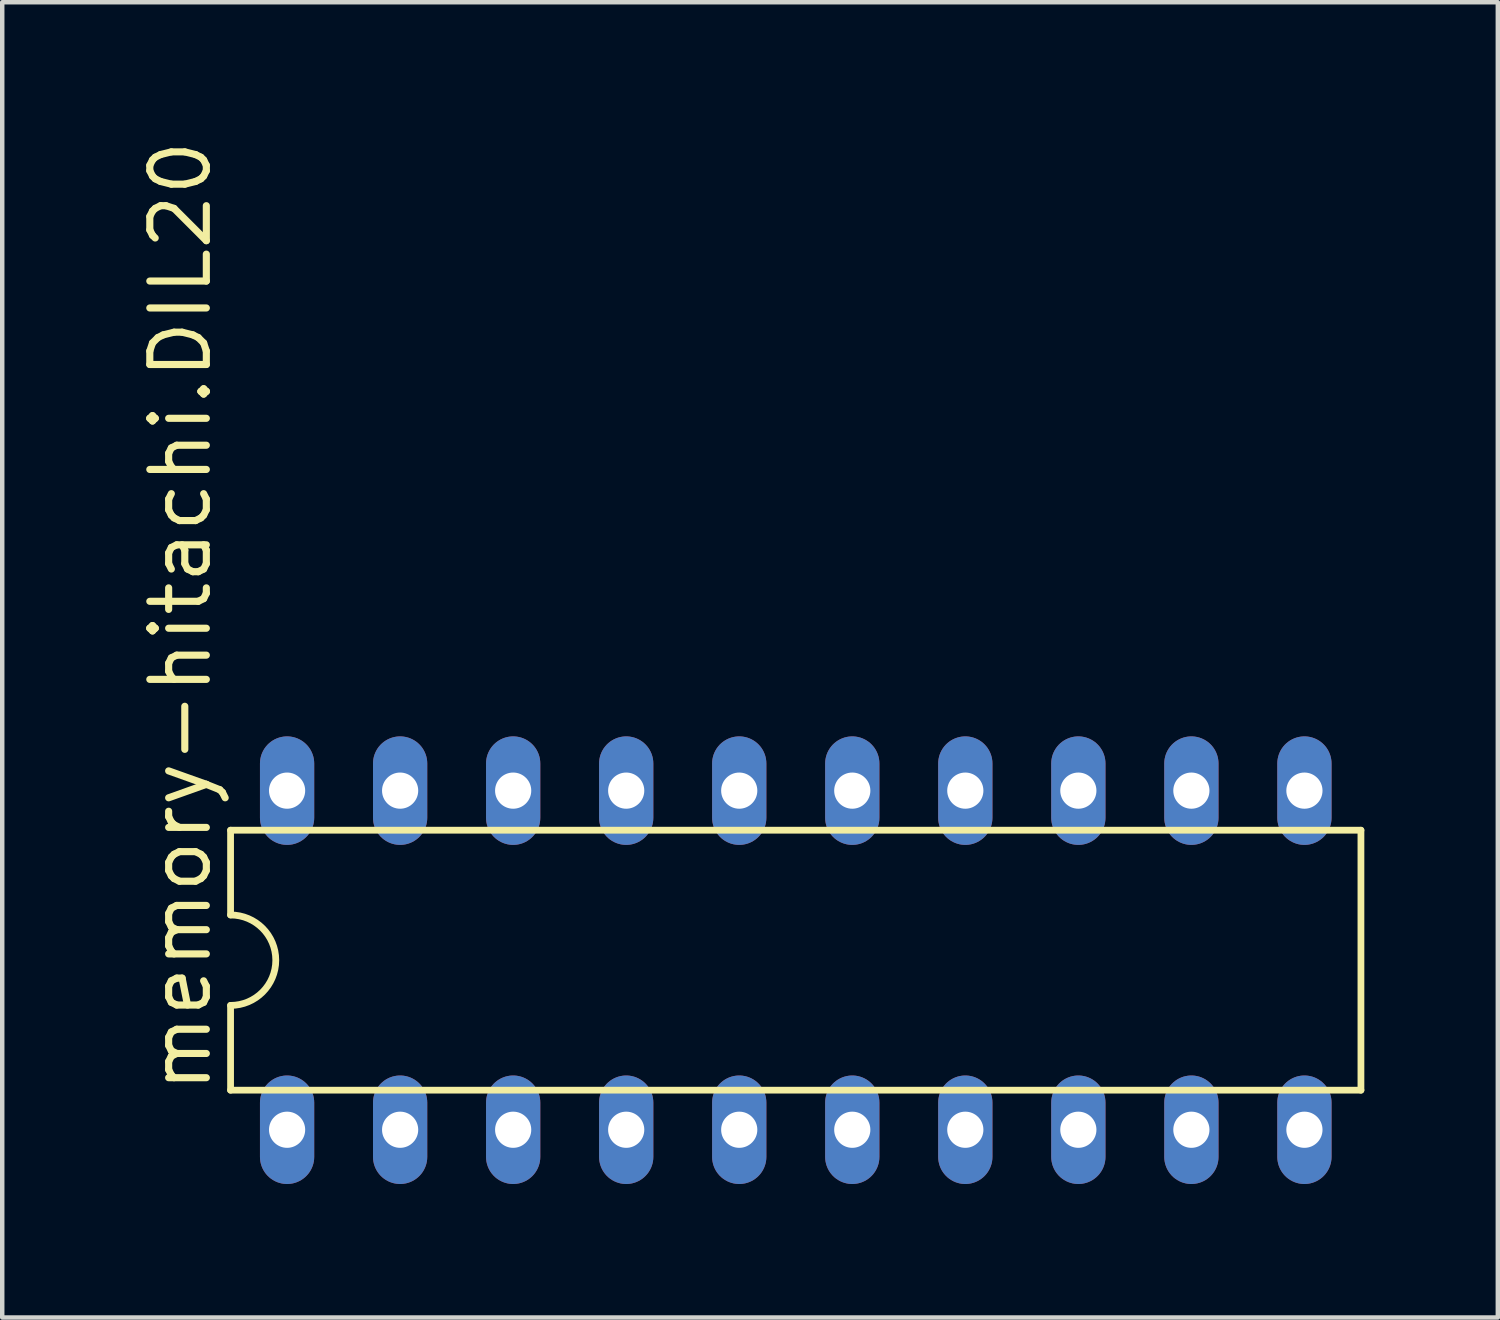
<source format=kicad_pcb>
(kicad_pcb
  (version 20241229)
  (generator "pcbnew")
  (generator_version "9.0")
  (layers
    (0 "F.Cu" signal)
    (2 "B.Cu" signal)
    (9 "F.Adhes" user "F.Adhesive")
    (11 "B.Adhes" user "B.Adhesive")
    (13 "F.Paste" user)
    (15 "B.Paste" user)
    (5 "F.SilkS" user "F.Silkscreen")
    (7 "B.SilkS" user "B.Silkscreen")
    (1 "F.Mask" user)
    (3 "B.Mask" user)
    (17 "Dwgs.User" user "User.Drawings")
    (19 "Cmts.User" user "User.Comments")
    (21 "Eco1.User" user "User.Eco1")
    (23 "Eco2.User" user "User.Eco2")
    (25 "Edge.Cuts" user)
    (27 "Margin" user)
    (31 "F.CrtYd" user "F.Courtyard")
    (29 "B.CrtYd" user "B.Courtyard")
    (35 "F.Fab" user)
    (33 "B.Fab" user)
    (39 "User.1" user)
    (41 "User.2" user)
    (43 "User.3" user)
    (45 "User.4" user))
  (footprint "memory-hitachi.DIL20"
    (layer "F.Cu")
    (at 14.831 18.526)
    (property "Reference" "memory-hitachi.DIL20" (at -13.081 3.048 90) (layer "F.SilkS") (effects (font (size 1.27 1.27) (thickness 0.16)) (justify left bottom)))
    (attr through_hole)
    (fp_line (start -12.7 -2.921) (end -12.7 -1.016) (stroke (width 0.152) (type default)) (layer "F.SilkS"))
    (fp_line (start -12.7 2.921) (end -12.7 1.016) (stroke (width 0.152) (type default)) (layer "F.SilkS"))
    (fp_line (start -12.7 2.921) (end 12.7 2.921) (stroke (width 0.152) (type default)) (layer "F.SilkS"))
    (fp_line (start 12.7 -2.921) (end -12.7 -2.921) (stroke (width 0.152) (type default)) (layer "F.SilkS"))
    (fp_line (start 12.7 -2.921) (end 12.7 2.921) (stroke (width 0.152) (type default)) (layer "F.SilkS"))
    (fp_arc (start -12.7 -1.016) (mid -11.684 0) (end -12.7 1.016) (stroke (width 0.1524) (type default)) (layer "F.SilkS"))
    (pad "1" thru_hole oval (at -11.43 3.81 90) (size 2.438 1.219) (drill 0.813) (layers "*.Cu" "*.Mask"))
    (pad "2" thru_hole oval (at -8.89 3.81 90) (size 2.438 1.219) (drill 0.813) (layers "*.Cu" "*.Mask"))
    (pad "3" thru_hole oval (at -6.35 3.81 90) (size 2.438 1.219) (drill 0.813) (layers "*.Cu" "*.Mask"))
    (pad "4" thru_hole oval (at -3.81 3.81 90) (size 2.438 1.219) (drill 0.813) (layers "*.Cu" "*.Mask"))
    (pad "5" thru_hole oval (at -1.27 3.81 90) (size 2.438 1.219) (drill 0.813) (layers "*.Cu" "*.Mask"))
    (pad "6" thru_hole oval (at 1.27 3.81 90) (size 2.438 1.219) (drill 0.813) (layers "*.Cu" "*.Mask"))
    (pad "7" thru_hole oval (at 3.81 3.81 90) (size 2.438 1.219) (drill 0.813) (layers "*.Cu" "*.Mask"))
    (pad "8" thru_hole oval (at 6.35 3.81 90) (size 2.438 1.219) (drill 0.813) (layers "*.Cu" "*.Mask"))
    (pad "9" thru_hole oval (at 8.89 3.81 90) (size 2.438 1.219) (drill 0.813) (layers "*.Cu" "*.Mask"))
    (pad "10" thru_hole oval (at 11.43 3.81 90) (size 2.438 1.219) (drill 0.813) (layers "*.Cu" "*.Mask"))
    (pad "11" thru_hole oval (at 11.43 -3.81 90) (size 2.438 1.219) (drill 0.813) (layers "*.Cu" "*.Mask"))
    (pad "12" thru_hole oval (at 8.89 -3.81 90) (size 2.438 1.219) (drill 0.813) (layers "*.Cu" "*.Mask"))
    (pad "13" thru_hole oval (at 6.35 -3.81 90) (size 2.438 1.219) (drill 0.813) (layers "*.Cu" "*.Mask"))
    (pad "14" thru_hole oval (at 3.81 -3.81 90) (size 2.438 1.219) (drill 0.813) (layers "*.Cu" "*.Mask"))
    (pad "15" thru_hole oval (at 1.27 -3.81 90) (size 2.438 1.219) (drill 0.813) (layers "*.Cu" "*.Mask"))
    (pad "16" thru_hole oval (at -1.27 -3.81 90) (size 2.438 1.219) (drill 0.813) (layers "*.Cu" "*.Mask"))
    (pad "17" thru_hole oval (at -3.81 -3.81 90) (size 2.438 1.219) (drill 0.813) (layers "*.Cu" "*.Mask"))
    (pad "18" thru_hole oval (at -6.35 -3.81 90) (size 2.438 1.219) (drill 0.813) (layers "*.Cu" "*.Mask"))
    (pad "19" thru_hole oval (at -8.89 -3.81 90) (size 2.438 1.219) (drill 0.813) (layers "*.Cu" "*.Mask"))
    (pad "20" thru_hole oval (at -11.43 -3.81 90) (size 2.438 1.219) (drill 0.813) (layers "*.Cu" "*.Mask")))
  (gr_rect
    (start -3 -3)
    (end 30.607 26.555)
    (stroke (width 0.1) (type default))
    (fill no)
    (layer "Edge.Cuts")))
</source>
